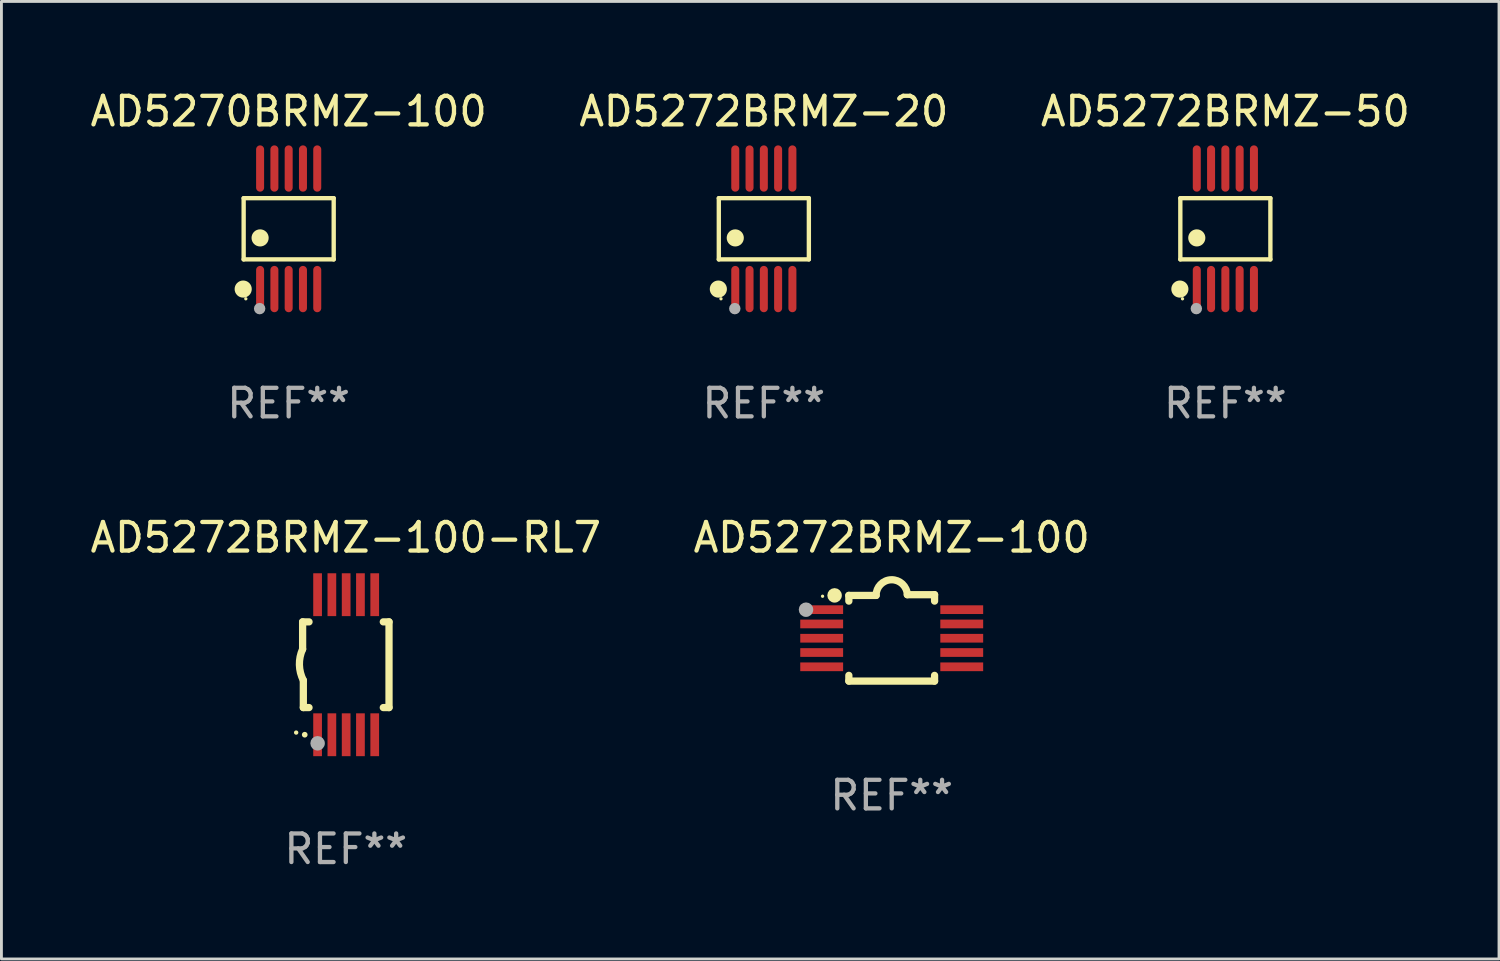
<source format=kicad_pcb>
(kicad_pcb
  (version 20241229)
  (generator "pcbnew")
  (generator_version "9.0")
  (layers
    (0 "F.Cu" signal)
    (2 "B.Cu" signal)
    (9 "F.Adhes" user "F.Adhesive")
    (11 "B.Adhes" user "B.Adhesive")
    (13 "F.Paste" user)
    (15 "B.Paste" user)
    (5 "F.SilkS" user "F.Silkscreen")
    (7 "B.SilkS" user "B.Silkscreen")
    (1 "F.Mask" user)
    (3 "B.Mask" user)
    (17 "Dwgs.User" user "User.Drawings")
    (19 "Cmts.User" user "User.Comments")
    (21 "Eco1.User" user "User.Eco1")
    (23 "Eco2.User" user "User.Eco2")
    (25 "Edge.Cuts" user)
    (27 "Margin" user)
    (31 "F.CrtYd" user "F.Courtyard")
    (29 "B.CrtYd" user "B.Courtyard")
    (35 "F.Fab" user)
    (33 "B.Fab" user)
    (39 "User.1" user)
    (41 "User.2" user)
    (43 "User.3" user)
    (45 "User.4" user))
  (footprint "AD5272BRMZ-50"
    (layer "F.Cu")
    (at 39.839 4.958)
    (property "Reference" "AD5272BRMZ-50" (at 0 -4.11 0) (layer "F.SilkS") (effects (font (size 1 1) (thickness 0.15))))
    (attr through_hole)
    (fp_line (start -1.576 -1.071) (end 1.576 -1.071) (stroke (width 0.152) (type solid)) (layer "F.SilkS"))
    (fp_line (start -1.576 1.071) (end -1.576 -1.071) (stroke (width 0.152) (type solid)) (layer "F.SilkS"))
    (fp_line (start 1.576 -1.071) (end 1.576 1.071) (stroke (width 0.152) (type solid)) (layer "F.SilkS"))
    (fp_line (start 1.576 1.071) (end -1.576 1.071) (stroke (width 0.152) (type solid)) (layer "F.SilkS"))
    (fp_circle (center -1.592 2.11) (end -1.442 2.11) (stroke (width 0.3) (type solid)) (fill no) (layer "F.SilkS"))
    (fp_circle (center -1.5 2.45) (end -1.47 2.45) (stroke (width 0.06) (type solid)) (fill no) (layer "F.SilkS"))
    (fp_circle (center -1 0.319) (end -0.85 0.319) (stroke (width 0.3) (type solid)) (fill no) (layer "F.SilkS"))
    (fp_circle (center -1.016 2.794) (end -0.916 2.794) (stroke (width 0.2) (type solid)) (fill no) (layer "F.Fab"))
    (fp_text user "REF**" (at 0 6.11 0) (layer "F.Fab") (effects (font (size 1 1) (thickness 0.15))))
    (pad "1" smd oval (at -1 2.11) (size 0.28 1.62) (layers "F.Cu" "F.Mask" "F.Paste"))
    (pad "2" smd oval (at -0.5 2.11) (size 0.28 1.62) (layers "F.Cu" "F.Mask" "F.Paste"))
    (pad "3" smd oval (at 0 2.11) (size 0.28 1.62) (layers "F.Cu" "F.Mask" "F.Paste"))
    (pad "4" smd oval (at 0.5 2.11) (size 0.28 1.62) (layers "F.Cu" "F.Mask" "F.Paste"))
    (pad "5" smd oval (at 1 2.11) (size 0.28 1.62) (layers "F.Cu" "F.Mask" "F.Paste"))
    (pad "6" smd oval (at 1 -2.11) (size 0.28 1.62) (layers "F.Cu" "F.Mask" "F.Paste"))
    (pad "7" smd oval (at 0.5 -2.11) (size 0.28 1.62) (layers "F.Cu" "F.Mask" "F.Paste"))
    (pad "8" smd oval (at 0 -2.11) (size 0.28 1.62) (layers "F.Cu" "F.Mask" "F.Paste"))
    (pad "9" smd oval (at -0.5 -2.11) (size 0.28 1.62) (layers "F.Cu" "F.Mask" "F.Paste"))
    (pad "10" smd oval (at -1 -2.11) (size 0.28 1.62) (layers "F.Cu" "F.Mask" "F.Paste")))
  (footprint "AD5272BRMZ-20"
    (layer "F.Cu")
    (at 23.685 4.958)
    (property "Reference" "AD5272BRMZ-20" (at 0 -4.11 0) (layer "F.SilkS") (effects (font (size 1 1) (thickness 0.15))))
    (attr through_hole)
    (fp_line (start -1.576 -1.071) (end 1.576 -1.071) (stroke (width 0.152) (type solid)) (layer "F.SilkS"))
    (fp_line (start -1.576 1.071) (end -1.576 -1.071) (stroke (width 0.152) (type solid)) (layer "F.SilkS"))
    (fp_line (start 1.576 -1.071) (end 1.576 1.071) (stroke (width 0.152) (type solid)) (layer "F.SilkS"))
    (fp_line (start 1.576 1.071) (end -1.576 1.071) (stroke (width 0.152) (type solid)) (layer "F.SilkS"))
    (fp_circle (center -1.592 2.11) (end -1.442 2.11) (stroke (width 0.3) (type solid)) (fill no) (layer "F.SilkS"))
    (fp_circle (center -1.5 2.45) (end -1.47 2.45) (stroke (width 0.06) (type solid)) (fill no) (layer "F.SilkS"))
    (fp_circle (center -1 0.319) (end -0.85 0.319) (stroke (width 0.3) (type solid)) (fill no) (layer "F.SilkS"))
    (fp_circle (center -1.016 2.794) (end -0.916 2.794) (stroke (width 0.2) (type solid)) (fill no) (layer "F.Fab"))
    (fp_text user "REF**" (at 0 6.11 0) (layer "F.Fab") (effects (font (size 1 1) (thickness 0.15))))
    (pad "1" smd oval (at -1 2.11) (size 0.28 1.62) (layers "F.Cu" "F.Mask" "F.Paste"))
    (pad "2" smd oval (at -0.5 2.11) (size 0.28 1.62) (layers "F.Cu" "F.Mask" "F.Paste"))
    (pad "3" smd oval (at 0 2.11) (size 0.28 1.62) (layers "F.Cu" "F.Mask" "F.Paste"))
    (pad "4" smd oval (at 0.5 2.11) (size 0.28 1.62) (layers "F.Cu" "F.Mask" "F.Paste"))
    (pad "5" smd oval (at 1 2.11) (size 0.28 1.62) (layers "F.Cu" "F.Mask" "F.Paste"))
    (pad "6" smd oval (at 1 -2.11) (size 0.28 1.62) (layers "F.Cu" "F.Mask" "F.Paste"))
    (pad "7" smd oval (at 0.5 -2.11) (size 0.28 1.62) (layers "F.Cu" "F.Mask" "F.Paste"))
    (pad "8" smd oval (at 0 -2.11) (size 0.28 1.62) (layers "F.Cu" "F.Mask" "F.Paste"))
    (pad "9" smd oval (at -0.5 -2.11) (size 0.28 1.62) (layers "F.Cu" "F.Mask" "F.Paste"))
    (pad "10" smd oval (at -1 -2.11) (size 0.28 1.62) (layers "F.Cu" "F.Mask" "F.Paste")))
  (footprint "AD5270BRMZ-100"
    (layer "F.Cu")
    (at 7.054 4.958)
    (property "Reference" "AD5270BRMZ-100" (at 0 -4.11 0) (layer "F.SilkS") (effects (font (size 1 1) (thickness 0.15))))
    (attr through_hole)
    (fp_line (start -1.576 -1.071) (end 1.576 -1.071) (stroke (width 0.152) (type solid)) (layer "F.SilkS"))
    (fp_line (start -1.576 1.071) (end -1.576 -1.071) (stroke (width 0.152) (type solid)) (layer "F.SilkS"))
    (fp_line (start 1.576 -1.071) (end 1.576 1.071) (stroke (width 0.152) (type solid)) (layer "F.SilkS"))
    (fp_line (start 1.576 1.071) (end -1.576 1.071) (stroke (width 0.152) (type solid)) (layer "F.SilkS"))
    (fp_circle (center -1.592 2.11) (end -1.442 2.11) (stroke (width 0.3) (type solid)) (fill no) (layer "F.SilkS"))
    (fp_circle (center -1.5 2.45) (end -1.47 2.45) (stroke (width 0.06) (type solid)) (fill no) (layer "F.SilkS"))
    (fp_circle (center -1 0.319) (end -0.85 0.319) (stroke (width 0.3) (type solid)) (fill no) (layer "F.SilkS"))
    (fp_circle (center -1.016 2.794) (end -0.916 2.794) (stroke (width 0.2) (type solid)) (fill no) (layer "F.Fab"))
    (fp_text user "REF**" (at 0 6.11 0) (layer "F.Fab") (effects (font (size 1 1) (thickness 0.15))))
    (pad "1" smd oval (at -1 2.11) (size 0.28 1.62) (layers "F.Cu" "F.Mask" "F.Paste"))
    (pad "2" smd oval (at -0.5 2.11) (size 0.28 1.62) (layers "F.Cu" "F.Mask" "F.Paste"))
    (pad "3" smd oval (at 0 2.11) (size 0.28 1.62) (layers "F.Cu" "F.Mask" "F.Paste"))
    (pad "4" smd oval (at 0.5 2.11) (size 0.28 1.62) (layers "F.Cu" "F.Mask" "F.Paste"))
    (pad "5" smd oval (at 1 2.11) (size 0.28 1.62) (layers "F.Cu" "F.Mask" "F.Paste"))
    (pad "6" smd oval (at 1 -2.11) (size 0.28 1.62) (layers "F.Cu" "F.Mask" "F.Paste"))
    (pad "7" smd oval (at 0.5 -2.11) (size 0.28 1.62) (layers "F.Cu" "F.Mask" "F.Paste"))
    (pad "8" smd oval (at 0 -2.11) (size 0.28 1.62) (layers "F.Cu" "F.Mask" "F.Paste"))
    (pad "9" smd oval (at -0.5 -2.11) (size 0.28 1.62) (layers "F.Cu" "F.Mask" "F.Paste"))
    (pad "10" smd oval (at -1 -2.11) (size 0.28 1.62) (layers "F.Cu" "F.Mask" "F.Paste")))
  (footprint "AD5272BRMZ-100"
    (layer "F.Cu")
    (at 28.161 19.277)
    (property "Reference" "AD5272BRMZ-100" (at 0 -3.512 0) (layer "F.SilkS") (effects (font (size 1 1) (thickness 0.15))))
    (attr through_hole)
    (fp_line (start -1.5 -1.288) (end -1.5 -1.487) (stroke (width 0.254) (type solid)) (layer "F.SilkS"))
    (fp_line (start -1.5 1.512) (end -1.5 1.312) (stroke (width 0.254) (type solid)) (layer "F.SilkS"))
    (fp_line (start -0.546 -1.487) (end -1.5 -1.487) (stroke (width 0.254) (type solid)) (layer "F.SilkS"))
    (fp_line (start 1.5 -1.512) (end 0.546 -1.512) (stroke (width 0.254) (type solid)) (layer "F.SilkS"))
    (fp_line (start 1.5 -1.288) (end 1.5 -1.512) (stroke (width 0.254) (type solid)) (layer "F.SilkS"))
    (fp_line (start 1.5 1.512) (end -1.5 1.512) (stroke (width 0.254) (type solid)) (layer "F.SilkS"))
    (fp_line (start 1.5 1.512) (end 1.5 1.312) (stroke (width 0.254) (type solid)) (layer "F.SilkS"))
    (fp_arc (start -0.546151 -1.486601) (mid -0.01246 -2.032889) (end 0.54605 -1.512002) (stroke (width 0.254001) (type solid)) (layer "F.SilkS"))
    (fp_circle (center -2.42 -1.458) (end -2.39 -1.458) (stroke (width 0.06) (type solid)) (fill no) (layer "F.SilkS"))
    (fp_circle (center -2 -1.488) (end -1.873 -1.488) (stroke (width 0.254) (type solid)) (fill no) (layer "F.SilkS"))
    (fp_circle (center -3 -0.988) (end -2.873 -0.988) (stroke (width 0.254) (type solid)) (fill no) (layer "F.Fab"))
    (fp_text user "REF**" (at 0 5.512 0) (layer "F.Fab") (effects (font (size 1 1) (thickness 0.15))))
    (pad "1" smd rect (at -2.451 -0.988) (size 1.5 0.305) (layers "F.Cu" "F.Mask" "F.Paste"))
    (pad "2" smd rect (at -2.451 -0.488) (size 1.5 0.305) (layers "F.Cu" "F.Mask" "F.Paste"))
    (pad "3" smd rect (at -2.451 0.012) (size 1.5 0.305) (layers "F.Cu" "F.Mask" "F.Paste"))
    (pad "4" smd rect (at -2.451 0.512) (size 1.5 0.305) (layers "F.Cu" "F.Mask" "F.Paste"))
    (pad "5" smd rect (at -2.451 1.012) (size 1.5 0.305) (layers "F.Cu" "F.Mask" "F.Paste"))
    (pad "6" smd rect (at 2.451 1.012) (size 1.5 0.305) (layers "F.Cu" "F.Mask" "F.Paste"))
    (pad "7" smd rect (at 2.451 0.512) (size 1.5 0.305) (layers "F.Cu" "F.Mask" "F.Paste"))
    (pad "8" smd rect (at 2.451 0.012) (size 1.5 0.305) (layers "F.Cu" "F.Mask" "F.Paste"))
    (pad "9" smd rect (at 2.451 -0.488) (size 1.5 0.305) (layers "F.Cu" "F.Mask" "F.Paste"))
    (pad "10" smd rect (at 2.451 -0.988) (size 1.5 0.305) (layers "F.Cu" "F.Mask" "F.Paste")))
  (footprint "AD5272BRMZ-100-RL7"
    (layer "F.Cu")
    (at 9.054 20.216)
    (property "Reference" "AD5272BRMZ-100-RL7" (at 0 -4.451 0) (layer "F.SilkS") (effects (font (size 1 1) (thickness 0.15))))
    (attr through_hole)
    (fp_line (start -1.512 -1.5) (end -1.512 -0.546) (stroke (width 0.254) (type solid)) (layer "F.SilkS"))
    (fp_line (start -1.487 0.546) (end -1.487 1.5) (stroke (width 0.254) (type solid)) (layer "F.SilkS"))
    (fp_line (start -1.288 -1.5) (end -1.512 -1.5) (stroke (width 0.254) (type solid)) (layer "F.SilkS"))
    (fp_line (start -1.288 1.5) (end -1.487 1.5) (stroke (width 0.254) (type solid)) (layer "F.SilkS"))
    (fp_line (start 1.512 -1.5) (end 1.312 -1.5) (stroke (width 0.254) (type solid)) (layer "F.SilkS"))
    (fp_line (start 1.512 -1.5) (end 1.512 1.5) (stroke (width 0.254) (type solid)) (layer "F.SilkS"))
    (fp_line (start 1.512 1.5) (end 1.312 1.5) (stroke (width 0.254) (type solid)) (layer "F.SilkS"))
    (fp_arc (start -1.739332 2.375032) (mid -1.738062 2.375026) (end -1.736792 2.375032) (stroke (width 0.150013) (type solid)) (layer "F.SilkS"))
    (fp_arc (start -1.486602 0.546102) (mid -1.624196 0.002905) (end -1.512002 -0.546101) (stroke (width 0.254001) (type solid)) (layer "F.SilkS"))
    (fp_circle (center -1.438 2.45) (end -1.388 2.45) (stroke (width 0.1) (type solid)) (fill no) (layer "F.SilkS"))
    (fp_circle (center -0.988 2.75) (end -0.861 2.75) (stroke (width 0.254) (type solid)) (fill no) (layer "F.Fab"))
    (fp_text user "REF**" (at 0 6.451 0) (layer "F.Fab") (effects (font (size 1 1) (thickness 0.15))))
    (pad "1" smd rect (at -0.988 2.451 90) (size 1.5 0.305) (layers "F.Cu" "F.Mask" "F.Paste"))
    (pad "2" smd rect (at -0.488 2.451 90) (size 1.5 0.305) (layers "F.Cu" "F.Mask" "F.Paste"))
    (pad "3" smd rect (at 0.012 2.451 90) (size 1.5 0.305) (layers "F.Cu" "F.Mask" "F.Paste"))
    (pad "4" smd rect (at 0.512 2.451 90) (size 1.5 0.305) (layers "F.Cu" "F.Mask" "F.Paste"))
    (pad "5" smd rect (at 1.012 2.451 90) (size 1.5 0.305) (layers "F.Cu" "F.Mask" "F.Paste"))
    (pad "6" smd rect (at 1.012 -2.451 90) (size 1.5 0.305) (layers "F.Cu" "F.Mask" "F.Paste"))
    (pad "7" smd rect (at 0.512 -2.451 90) (size 1.5 0.305) (layers "F.Cu" "F.Mask" "F.Paste"))
    (pad "8" smd rect (at 0.012 -2.451 90) (size 1.5 0.305) (layers "F.Cu" "F.Mask" "F.Paste"))
    (pad "9" smd rect (at -0.488 -2.451 90) (size 1.5 0.305) (layers "F.Cu" "F.Mask" "F.Paste"))
    (pad "10" smd rect (at -0.988 -2.451 90) (size 1.5 0.305) (layers "F.Cu" "F.Mask" "F.Paste")))
  (gr_rect
    (start -3 -3)
    (end 49.417 30.515)
    (stroke (width 0.1) (type default))
    (fill no)
    (layer "Edge.Cuts")))
</source>
